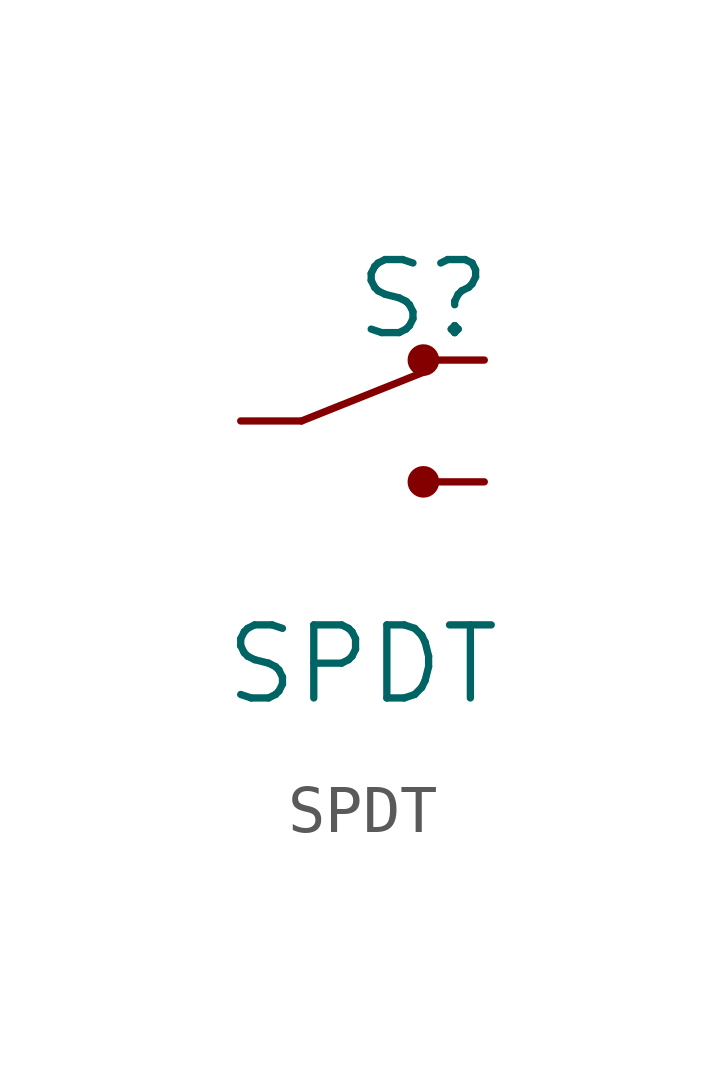
<source format=kicad_sym>
(kicad_symbol_lib
  (version 20241209)
  (generator "kicad_symbol_editor")
  (generator_version "9.0")
  (symbol "SPDT"
    (pin_numbers
      (hide yes))
    (pin_names
      (offset 0)
      (hide yes))
    (property "Reference" "S"
      (at 1.27 2.54 0)
      (effects (font (size 1.524 1.524))))
    (property "Value" "SPDT"
      (at 0 -5.08 0)
      (effects (font (size 1.524 1.524))))
    (symbol "SPDT_0_1"
      (polyline (pts (xy -1.27 0) (xy 1.27 1.016)) (stroke (width 0) (type solid)) (fill (type none)))
      (circle (center 1.27 1.27) (radius 0.254) (stroke (width 0) (type solid)) (fill (type outline)))
      (circle (center 1.27 -1.27) (radius 0.254) (stroke (width 0) (type solid)) (fill (type outline))))
    (symbol "SPDT_1_1"
      (pin passive line (at -2.54 0 0) (length 1.27) (name "~" (effects (font (size 1.27 1.27)))) (number "1" (effects (font (size 1.27 1.27)))))
      (pin passive line (at 2.54 1.27 180) (length 1.27) (name "~" (effects (font (size 1.27 1.27)))) (number "3" (effects (font (size 1.27 1.27)))))
      (pin passive line (at 2.54 -1.27 180) (length 1.27) (name "~" (effects (font (size 1.27 1.27)))) (number "2" (effects (font (size 1.27 1.27))))))))
</source>
